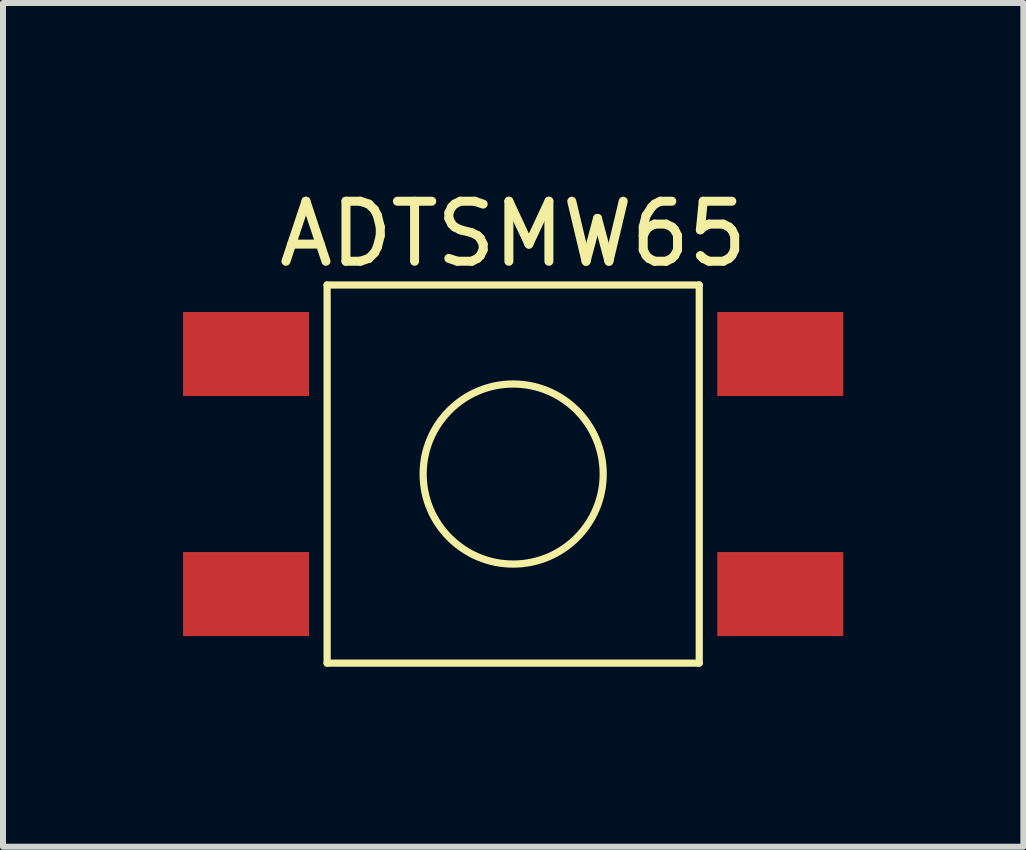
<source format=kicad_pcb>
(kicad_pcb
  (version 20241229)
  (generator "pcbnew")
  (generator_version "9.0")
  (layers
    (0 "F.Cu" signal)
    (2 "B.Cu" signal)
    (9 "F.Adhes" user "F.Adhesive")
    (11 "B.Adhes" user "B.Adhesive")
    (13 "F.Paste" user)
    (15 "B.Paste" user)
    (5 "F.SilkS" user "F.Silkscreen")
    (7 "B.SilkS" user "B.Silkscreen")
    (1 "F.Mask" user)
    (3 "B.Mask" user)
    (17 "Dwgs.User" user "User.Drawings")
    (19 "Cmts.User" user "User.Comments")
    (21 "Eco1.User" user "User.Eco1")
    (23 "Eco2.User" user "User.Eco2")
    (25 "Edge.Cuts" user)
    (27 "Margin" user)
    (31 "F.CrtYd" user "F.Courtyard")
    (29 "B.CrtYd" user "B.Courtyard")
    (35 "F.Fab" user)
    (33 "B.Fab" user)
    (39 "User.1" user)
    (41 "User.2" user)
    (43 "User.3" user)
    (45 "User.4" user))
  (footprint "ADTSMW65"
    (layer "F.Cu")
    (at 5.5 4.848)
    (property "Reference" "ADTSMW65" (at 0 -4 0) (layer "F.SilkS") (effects (font (size 1 1) (thickness 0.15))))
    (attr through_hole)
    (fp_line (start -3.1 -3.15) (end 3.1 -3.15) (stroke (width 0.12) (type solid)) (layer "F.SilkS"))
    (fp_line (start -3.1 3.15) (end -3.1 -3.15) (stroke (width 0.12) (type solid)) (layer "F.SilkS"))
    (fp_line (start 3.1 -3.15) (end 3.1 3.15) (stroke (width 0.12) (type solid)) (layer "F.SilkS"))
    (fp_line (start 3.1 3.15) (end -3.1 3.15) (stroke (width 0.12) (type solid)) (layer "F.SilkS"))
    (fp_circle (center 0 0) (end 1.5 0) (stroke (width 0.12) (type solid)) (fill no) (layer "F.SilkS"))
    (pad "1" smd rect (at -4.45 -2) (size 2.1 1.4) (layers "F.Cu" "F.Mask" "F.Paste"))
    (pad "1" smd rect (at 4.45 -2) (size 2.1 1.4) (layers "F.Cu" "F.Mask" "F.Paste"))
    (pad "2" smd rect (at -4.45 2) (size 2.1 1.4) (layers "F.Cu" "F.Mask" "F.Paste"))
    (pad "2" smd rect (at 4.45 2) (size 2.1 1.4) (layers "F.Cu" "F.Mask" "F.Paste")))
  (gr_rect
    (start -3 -3)
    (end 14 11.058)
    (stroke (width 0.1) (type default))
    (fill no)
    (layer "Edge.Cuts")))
</source>
